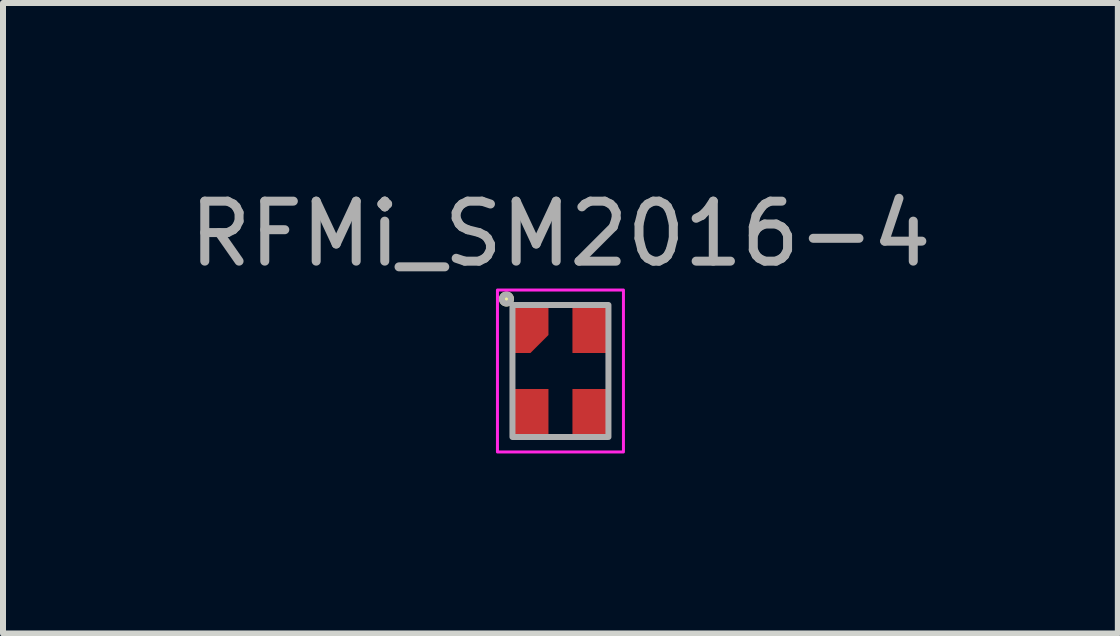
<source format=kicad_pcb>
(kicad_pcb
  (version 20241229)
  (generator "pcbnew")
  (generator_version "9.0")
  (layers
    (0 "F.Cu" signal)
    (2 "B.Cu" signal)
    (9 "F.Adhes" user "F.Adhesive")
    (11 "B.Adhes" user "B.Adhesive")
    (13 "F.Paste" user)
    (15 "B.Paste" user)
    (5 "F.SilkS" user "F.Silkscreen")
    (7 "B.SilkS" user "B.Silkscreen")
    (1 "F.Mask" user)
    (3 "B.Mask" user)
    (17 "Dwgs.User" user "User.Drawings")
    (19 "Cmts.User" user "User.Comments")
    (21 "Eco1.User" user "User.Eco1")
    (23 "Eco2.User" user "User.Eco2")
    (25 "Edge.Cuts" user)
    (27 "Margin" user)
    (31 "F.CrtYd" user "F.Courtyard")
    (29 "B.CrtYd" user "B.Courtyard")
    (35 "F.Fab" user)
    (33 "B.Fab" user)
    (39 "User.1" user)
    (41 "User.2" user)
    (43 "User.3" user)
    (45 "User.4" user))
  (footprint "RFMi_SM2016-4"
    (layer "F.Cu")
    (at 6.292 3.134)
    (property "Reference" "RFMi_SM2016-4" (at 0 -2.286 0) (unlocked yes) (layer "F.SilkS") (effects (font (size 1 1) (thickness 0.1))))
    (attr smd)
    (fp_circle (center -0.9 -1.2) (end -0.825 -1.2) (stroke (width 0.1) (type solid)) (fill yes) (layer "F.SilkS"))
    (fp_rect (start -1.05 -1.35) (end 1.05 1.35) (stroke (width 0.05) (type default)) (fill no) (layer "F.CrtYd"))
    (fp_rect (start 0.8 -1.1) (end -0.8 1.1) (stroke (width 0.1) (type default)) (fill no) (layer "F.Fab"))
    (fp_circle (center -0.9 -1.2) (end -0.825 -1.2) (stroke (width 0.1) (type solid)) (fill no) (layer "F.Fab"))
    (fp_text user "${REFERENCE}" (at 0 -2.286 0) (unlocked yes) (layer "F.Fab") (effects (font (size 1 1) (thickness 0.15))))
    (pad "1" smd roundrect (at -0.5 -0.7 270) (size 0.8 0.6) (layers "F.Cu" "F.Mask" "F.Paste") (roundrect_rratio 0) (chamfer_ratio 0.5) (chamfer top_right))
    (pad "2" smd rect (at -0.5 0.7 270) (size 0.8 0.6) (layers "F.Cu" "F.Mask" "F.Paste"))
    (pad "3" smd rect (at 0.5 0.7 270) (size 0.8 0.6) (layers "F.Cu" "F.Mask" "F.Paste"))
    (pad "4" smd rect (at 0.5 -0.7 270) (size 0.8 0.6) (layers "F.Cu" "F.Mask" "F.Paste")))
  (gr_rect
    (start -3 -3)
    (end 15.583 7.509)
    (stroke (width 0.1) (type default))
    (fill no)
    (layer "Edge.Cuts")))
</source>
